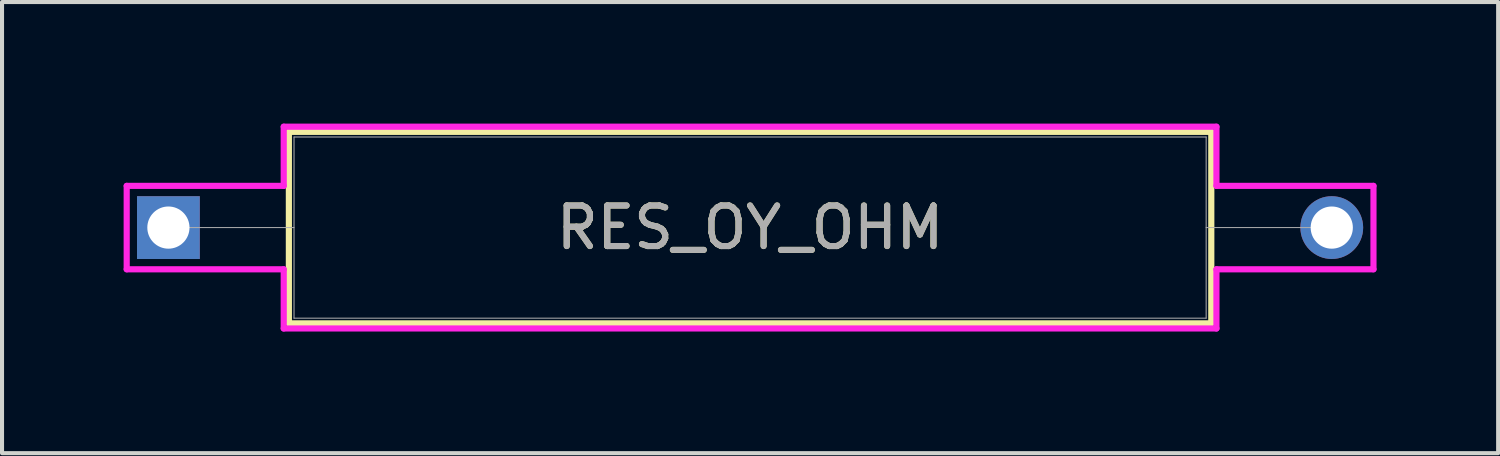
<source format=kicad_pcb>
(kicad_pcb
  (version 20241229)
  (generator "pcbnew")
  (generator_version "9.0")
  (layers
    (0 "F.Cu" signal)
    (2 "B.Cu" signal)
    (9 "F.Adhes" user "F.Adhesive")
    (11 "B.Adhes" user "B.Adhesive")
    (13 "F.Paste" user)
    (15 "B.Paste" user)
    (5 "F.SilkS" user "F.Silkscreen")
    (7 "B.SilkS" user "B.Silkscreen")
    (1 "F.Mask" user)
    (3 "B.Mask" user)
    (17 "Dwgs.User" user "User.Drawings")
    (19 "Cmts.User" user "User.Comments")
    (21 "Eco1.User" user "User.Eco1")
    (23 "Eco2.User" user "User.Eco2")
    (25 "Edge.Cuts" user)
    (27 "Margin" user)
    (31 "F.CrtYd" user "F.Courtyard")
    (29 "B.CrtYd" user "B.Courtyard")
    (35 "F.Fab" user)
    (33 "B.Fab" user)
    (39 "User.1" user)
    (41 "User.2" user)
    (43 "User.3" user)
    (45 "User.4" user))
  (footprint "RES_OY_OHM"
    (layer "F.Cu")
    (at 1.105 2.565)
    (property "Reference" "RES_OY_OHM" (at 14.351 0 0) (unlocked yes) (layer "F.SilkS") (effects (font (size 1 1) (thickness 0.15))))
    (attr through_hole)
    (fp_line (start 2.972 -2.362) (end 2.972 2.362) (stroke (width 0.152) (type solid)) (layer "F.SilkS"))
    (fp_line (start 2.972 2.362) (end 25.73 2.362) (stroke (width 0.152) (type solid)) (layer "F.SilkS"))
    (fp_line (start 25.73 -2.362) (end 2.972 -2.362) (stroke (width 0.152) (type solid)) (layer "F.SilkS"))
    (fp_line (start 25.73 2.362) (end 25.73 -2.362) (stroke (width 0.152) (type solid)) (layer "F.SilkS"))
    (fp_line (start -1.029 -1.029) (end 2.845 -1.029) (stroke (width 0.152) (type solid)) (layer "F.CrtYd"))
    (fp_line (start -1.029 1.029) (end -1.029 -1.029) (stroke (width 0.152) (type solid)) (layer "F.CrtYd"))
    (fp_line (start 2.845 -2.489) (end 25.857 -2.489) (stroke (width 0.152) (type solid)) (layer "F.CrtYd"))
    (fp_line (start 2.845 -1.029) (end 2.845 -2.489) (stroke (width 0.152) (type solid)) (layer "F.CrtYd"))
    (fp_line (start 2.845 1.029) (end -1.029 1.029) (stroke (width 0.152) (type solid)) (layer "F.CrtYd"))
    (fp_line (start 2.845 2.489) (end 2.845 1.029) (stroke (width 0.152) (type solid)) (layer "F.CrtYd"))
    (fp_line (start 25.857 -2.489) (end 25.857 -1.029) (stroke (width 0.152) (type solid)) (layer "F.CrtYd"))
    (fp_line (start 25.857 -1.029) (end 29.731 -1.029) (stroke (width 0.152) (type solid)) (layer "F.CrtYd"))
    (fp_line (start 25.857 1.029) (end 25.857 2.489) (stroke (width 0.152) (type solid)) (layer "F.CrtYd"))
    (fp_line (start 25.857 2.489) (end 2.845 2.489) (stroke (width 0.152) (type solid)) (layer "F.CrtYd"))
    (fp_line (start 29.731 -1.029) (end 29.731 1.029) (stroke (width 0.152) (type solid)) (layer "F.CrtYd"))
    (fp_line (start 29.731 1.029) (end 25.857 1.029) (stroke (width 0.152) (type solid)) (layer "F.CrtYd"))
    (fp_line (start 0 0) (end 3.099 0) (stroke (width 0.025) (type solid)) (layer "F.Fab"))
    (fp_line (start 3.099 -2.235) (end 3.099 2.235) (stroke (width 0.025) (type solid)) (layer "F.Fab"))
    (fp_line (start 3.099 2.235) (end 25.603 2.235) (stroke (width 0.025) (type solid)) (layer "F.Fab"))
    (fp_line (start 25.603 -2.235) (end 3.099 -2.235) (stroke (width 0.025) (type solid)) (layer "F.Fab"))
    (fp_line (start 25.603 2.235) (end 25.603 -2.235) (stroke (width 0.025) (type solid)) (layer "F.Fab"))
    (fp_line (start 28.702 0) (end 25.603 0) (stroke (width 0.025) (type solid)) (layer "F.Fab"))
    (fp_text user "${REFERENCE}" (at 14.351 0 0) (unlocked yes) (layer "F.Fab") (effects (font (size 1 1) (thickness 0.15))))
    (pad "1" thru_hole rect (at 0 0) (size 1.549 1.549) (drill 1.041) (layers "*.Cu" "*.Mask"))
    (pad "2" thru_hole circle (at 28.702 0) (size 1.549 1.549) (drill 1.041) (layers "*.Cu" "*.Mask")))
  (gr_rect
    (start -3 -3)
    (end 33.912 8.131)
    (stroke (width 0.1) (type default))
    (fill no)
    (layer "Edge.Cuts")))
</source>
